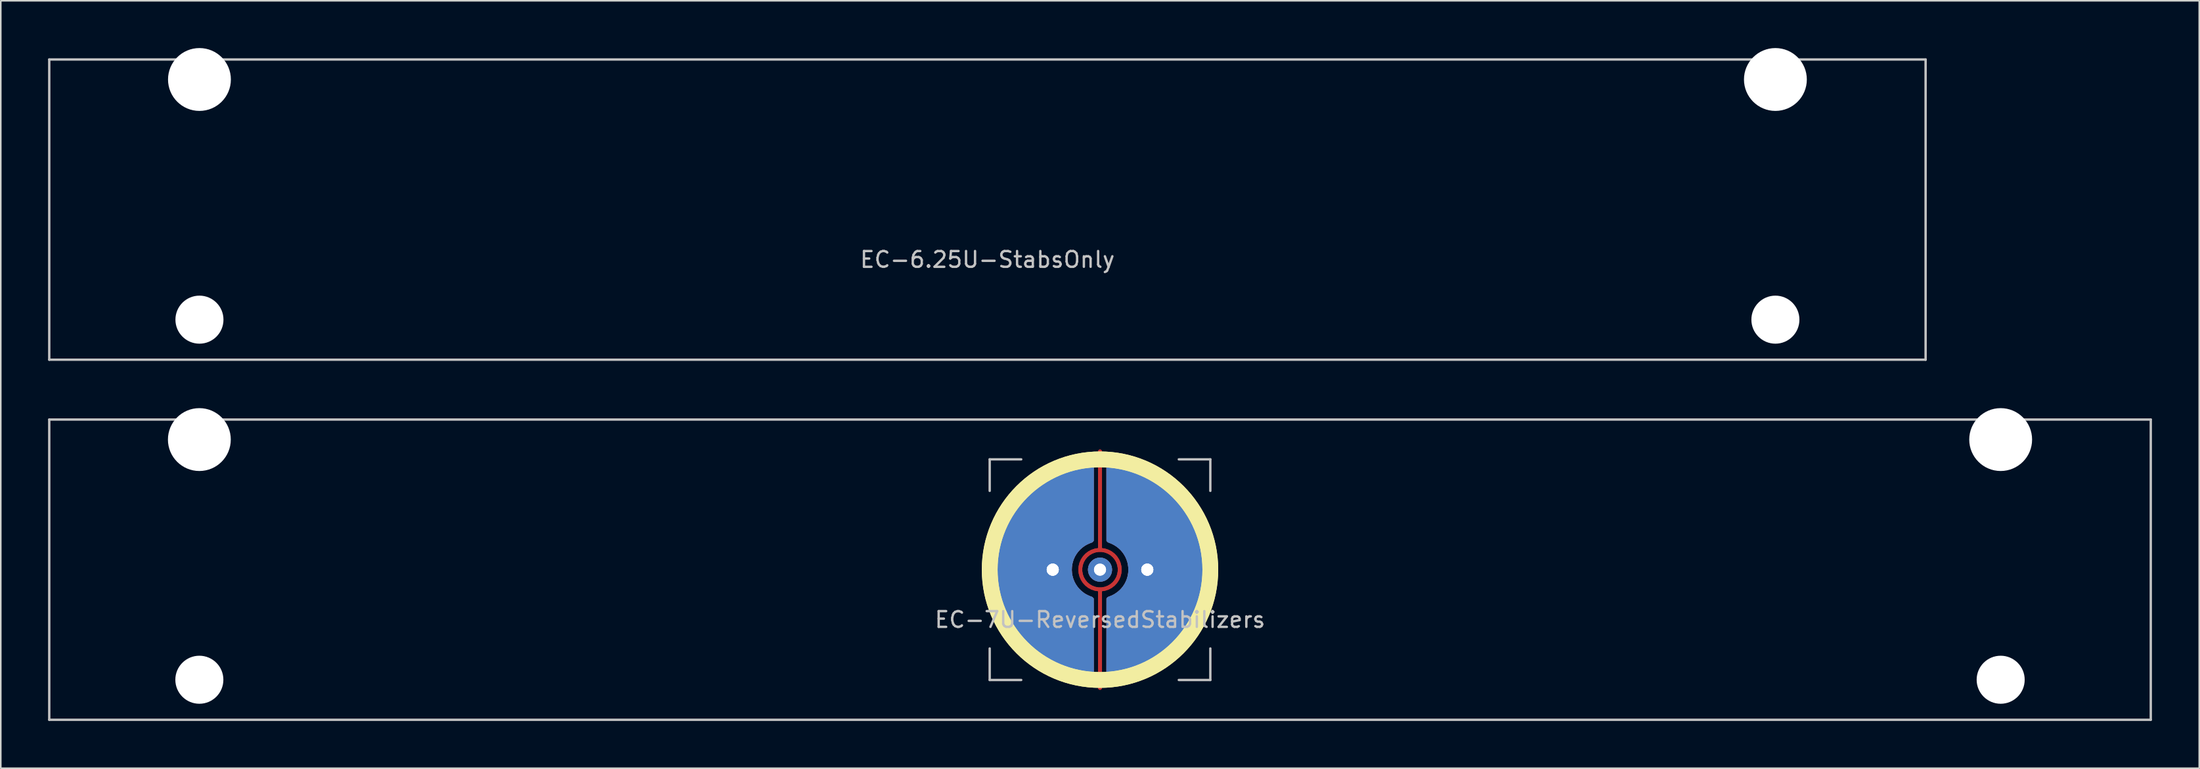
<source format=kicad_pcb>
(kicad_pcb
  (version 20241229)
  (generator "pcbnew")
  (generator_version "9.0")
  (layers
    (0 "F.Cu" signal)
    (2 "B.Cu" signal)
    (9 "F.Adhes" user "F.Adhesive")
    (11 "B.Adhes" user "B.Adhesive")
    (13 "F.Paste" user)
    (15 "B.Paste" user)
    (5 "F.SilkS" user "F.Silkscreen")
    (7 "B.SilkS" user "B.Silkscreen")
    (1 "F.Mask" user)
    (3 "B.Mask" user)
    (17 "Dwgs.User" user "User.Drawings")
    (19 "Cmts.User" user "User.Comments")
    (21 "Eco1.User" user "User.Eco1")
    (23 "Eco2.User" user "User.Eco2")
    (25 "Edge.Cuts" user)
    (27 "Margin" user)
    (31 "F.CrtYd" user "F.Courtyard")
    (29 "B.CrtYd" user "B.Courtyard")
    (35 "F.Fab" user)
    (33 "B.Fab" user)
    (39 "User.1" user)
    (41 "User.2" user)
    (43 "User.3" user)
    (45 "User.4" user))
  (footprint "EC-6.25U-StabsOnly"
    (layer "F.Cu")
    (at 59.606 10.249)
    (property "Reference" "EC-6.25U-StabsOnly" (at 0 3.175 0) (layer "Dwgs.User") (effects (font (size 1 1) (thickness 0.15))))
    (attr through_hole)
    (fp_line (start -59.531 -9.525) (end 59.531 -9.525) (stroke (width 0.15) (type solid)) (layer "Dwgs.User"))
    (fp_line (start -59.531 9.525) (end -59.531 -9.525) (stroke (width 0.15) (type solid)) (layer "Dwgs.User"))
    (fp_line (start -59.531 9.525) (end 59.531 9.525) (stroke (width 0.15) (type solid)) (layer "Dwgs.User"))
    (fp_line (start 59.531 -9.525) (end 59.531 9.525) (stroke (width 0.15) (type solid)) (layer "Dwgs.User"))
    (pad "" np_thru_hole circle (at -50 -8.255) (size 3.988 3.988) (drill 3.988) (layers "*.Cu" "*.Mask"))
    (pad "" np_thru_hole circle (at -50 6.985) (size 3.048 3.048) (drill 3.048) (layers "*.Cu" "*.Mask"))
    (pad "" np_thru_hole circle (at 50 -8.255) (size 3.988 3.988) (drill 3.988) (layers "*.Cu" "*.Mask"))
    (pad "" np_thru_hole circle (at 50 6.985) (size 3.048 3.048) (drill 3.048) (layers "*.Cu" "*.Mask")))
  (footprint "EC-7U-ReversedStabilizers"
    (layer "F.Cu")
    (at 66.75 33.098)
    (property "Reference" "EC-7U-ReversedStabilizers" (at 0 3.175 0) (layer "Dwgs.User") (effects (font (size 1 1) (thickness 0.15))))
    (attr through_hole)
    (fp_circle (center 0 0) (end 7 0) (stroke (width 1) (type solid)) (fill no) (layer "F.SilkS"))
    (fp_circle (center 0 0) (end 7 0) (stroke (width 1) (type solid)) (fill no) (layer "F.SilkS"))
    (fp_line (start -66.675 -9.525) (end 66.675 -9.525) (stroke (width 0.15) (type solid)) (layer "Dwgs.User"))
    (fp_line (start -66.675 9.525) (end -66.675 -9.525) (stroke (width 0.15) (type solid)) (layer "Dwgs.User"))
    (fp_line (start -66.675 9.525) (end 66.675 9.525) (stroke (width 0.15) (type solid)) (layer "Dwgs.User"))
    (fp_line (start -7 -7) (end -7 -5) (stroke (width 0.15) (type solid)) (layer "Dwgs.User"))
    (fp_line (start -7 5) (end -7 7) (stroke (width 0.15) (type solid)) (layer "Dwgs.User"))
    (fp_line (start -7 7) (end -5 7) (stroke (width 0.15) (type solid)) (layer "Dwgs.User"))
    (fp_line (start -5 -7) (end -7 -7) (stroke (width 0.15) (type solid)) (layer "Dwgs.User"))
    (fp_line (start 5 -7) (end 7 -7) (stroke (width 0.15) (type solid)) (layer "Dwgs.User"))
    (fp_line (start 5 7) (end 7 7) (stroke (width 0.15) (type solid)) (layer "Dwgs.User"))
    (fp_line (start 7 -7) (end 7 -5) (stroke (width 0.15) (type solid)) (layer "Dwgs.User"))
    (fp_line (start 7 7) (end 7 5) (stroke (width 0.15) (type solid)) (layer "Dwgs.User"))
    (fp_line (start 66.675 -9.525) (end 66.675 9.525) (stroke (width 0.15) (type solid)) (layer "Dwgs.User"))
    (pad "" np_thru_hole circle (at -57.15 -8.255) (size 3.988 3.988) (drill 3.988) (layers "*.Cu" "*.Mask"))
    (pad "" np_thru_hole circle (at -57.15 6.985) (size 3.048 3.048) (drill 3.048) (layers "*.Cu" "*.Mask"))
    (pad "" thru_hole circle (at 0 0) (size 1.524 1.524) (drill 0.762) (layers "*.Cu" "B.Mask"))
    (pad "" thru_hole circle (at 0 0) (size 1.524 1.524) (drill 0.762) (layers "*.Cu" "B.Mask"))
    (pad "" np_thru_hole circle (at 57.15 -8.255) (size 3.988 3.988) (drill 3.988) (layers "*.Cu" "*.Mask"))
    (pad "" np_thru_hole circle (at 57.15 6.985) (size 3.048 3.048) (drill 3.048) (layers "*.Cu" "*.Mask"))
    (pad "1" thru_hole circle (at 3 0) (size 1.524 1.524) (drill 0.762) (layers "*.Cu" "B.Mask"))
    (pad "1" thru_hole circle (at 3 0) (size 1.524 1.524) (drill 0.762) (layers "*.Cu" "B.Mask"))
    (pad "1" thru_hole custom (at 3 0) (size 1.524 1.524) (drill 0.762) (layers "F.Cu") (options (anchor circle)) (primitives (gr_poly (pts (xy -2.587 4.333) (xy -2.585 1.835) (xy -2.556 1.797) (xy -2.526 1.764) (xy -2.49 1.738) (xy -2.444 1.716) (xy -2.4 1.7) (xy -2.266 1.648) (xy -2.131 1.58) (xy -1.997 1.497) (xy -1.869 1.404) (xy -1.751 1.301) (xy -1.651 1.198) (xy -1.534 1.052) (xy -1.434 0.898) (xy -1.352 0.736) (xy -1.287 0.569) (xy -1.24 0.398) (xy -1.21 0.224) (xy -1.197 0.049) (xy -1.201 -0.127) (xy -1.221 -0.302) (xy -1.259 -0.474) (xy -1.314 -0.642) (xy -1.385 -0.805) (xy -1.473 -0.962) (xy -1.577 -1.11) (xy -1.698 -1.25) (xy -1.797 -1.344) (xy -1.891 -1.422) (xy -1.997 -1.497) (xy -2.11 -1.566) (xy -2.224 -1.627) (xy -2.334 -1.676) (xy -2.4 -1.7) (xy -2.458 -1.722) (xy -2.501 -1.745) (xy -2.535 -1.772) (xy -2.556 -1.797) (xy -2.585 -1.835) (xy -2.587 -4.33) (xy -2.588 -4.594) (xy -2.588 -4.839) (xy -2.588 -5.065) (xy -2.588 -5.273) (xy -2.588 -5.465) (xy -2.588 -5.64) (xy -2.588 -5.799) (xy -2.588 -5.944) (xy -2.588 -6.074) (xy -2.588 -6.191) (xy -2.588 -6.296) (xy -2.588 -6.389) (xy -2.587 -6.47) (xy -2.587 -6.542) (xy -2.586 -6.603) (xy -2.585 -6.656) (xy -2.585 -6.701) (xy -2.584 -6.738) (xy -2.583 -6.769) (xy -2.582 -6.794) (xy -2.58 -6.813) (xy -2.579 -6.829) (xy -2.578 -6.84) (xy -2.576 -6.849) (xy -2.574 -6.855) (xy -2.572 -6.86) (xy -2.57 -6.864) (xy -2.534 -6.915) (xy -2.487 -6.95) (xy -2.428 -6.969) (xy -2.357 -6.971) (xy -2.347 -6.97) (xy -1.986 -6.926) (xy -1.637 -6.866) (xy -1.295 -6.789) (xy -0.96 -6.696) (xy -0.627 -6.586) (xy -0.295 -6.458) (xy -0.258 -6.442) (xy -0.185 -6.411) (xy -0.1 -6.371) (xy -0.004 -6.326) (xy 0.096 -6.277) (xy 0.197 -6.226) (xy 0.296 -6.175) (xy 0.387 -6.127) (xy 0.468 -6.083) (xy 0.518 -6.054) (xy 0.841 -5.853) (xy 1.151 -5.638) (xy 1.447 -5.409) (xy 1.728 -5.165) (xy 1.996 -4.907) (xy 2.249 -4.636) (xy 2.487 -4.351) (xy 2.711 -4.053) (xy 2.919 -3.741) (xy 3.112 -3.417) (xy 3.146 -3.356) (xy 3.314 -3.029) (xy 3.464 -2.693) (xy 3.597 -2.35) (xy 3.711 -1.999) (xy 3.807 -1.643) (xy 3.884 -1.283) (xy 3.942 -0.919) (xy 3.981 -0.552) (xy 4.001 -0.183) (xy 4.001 0.186) (xy 3.995 0.345) (xy 3.967 0.716) (xy 3.919 1.083) (xy 3.852 1.445) (xy 3.767 1.801) (xy 3.664 2.152) (xy 3.542 2.496) (xy 3.404 2.832) (xy 3.248 3.161) (xy 3.075 3.481) (xy 2.887 3.791) (xy 2.682 4.092) (xy 2.462 4.382) (xy 2.226 4.66) (xy 1.976 4.927) (xy 1.711 5.18) (xy 1.432 5.421) (xy 1.14 5.647) (xy 0.905 5.812) (xy 0.589 6.012) (xy 0.264 6.194) (xy -0.07 6.358) (xy -0.412 6.505) (xy -0.762 6.633) (xy -1.119 6.743) (xy -1.483 6.834) (xy -1.844 6.904) (xy -1.929 6.918) (xy -2.017 6.931) (xy -2.105 6.943) (xy -2.188 6.953) (xy -2.263 6.961) (xy -2.327 6.967) (xy -2.374 6.969) (xy -2.376 6.969) (xy -2.418 6.969) (xy -2.446 6.967) (xy -2.468 6.96) (xy -2.489 6.948) (xy -2.501 6.94) (xy -2.532 6.914) (xy -2.559 6.883) (xy -2.567 6.87) (xy -2.589 6.83) (xy -2.587 4.333)) (width 0.01) (fill yes))))
    (pad "1" thru_hole custom (at 3 0) (size 1.524 1.524) (drill 0.762) (layers "F.Cu") (options (anchor circle)) (primitives (gr_poly (pts (xy -2.587 4.333) (xy -2.585 1.835) (xy -2.556 1.797) (xy -2.526 1.764) (xy -2.49 1.738) (xy -2.444 1.716) (xy -2.4 1.7) (xy -2.266 1.648) (xy -2.131 1.58) (xy -1.997 1.497) (xy -1.869 1.404) (xy -1.751 1.301) (xy -1.651 1.198) (xy -1.534 1.052) (xy -1.434 0.898) (xy -1.352 0.736) (xy -1.287 0.569) (xy -1.24 0.398) (xy -1.21 0.224) (xy -1.197 0.049) (xy -1.201 -0.127) (xy -1.221 -0.302) (xy -1.259 -0.474) (xy -1.314 -0.642) (xy -1.385 -0.805) (xy -1.473 -0.962) (xy -1.577 -1.11) (xy -1.698 -1.25) (xy -1.797 -1.344) (xy -1.891 -1.422) (xy -1.997 -1.497) (xy -2.11 -1.566) (xy -2.224 -1.627) (xy -2.334 -1.676) (xy -2.4 -1.7) (xy -2.458 -1.722) (xy -2.501 -1.745) (xy -2.535 -1.772) (xy -2.556 -1.797) (xy -2.585 -1.835) (xy -2.587 -4.33) (xy -2.588 -4.594) (xy -2.588 -4.839) (xy -2.588 -5.065) (xy -2.588 -5.273) (xy -2.588 -5.465) (xy -2.588 -5.64) (xy -2.588 -5.799) (xy -2.588 -5.944) (xy -2.588 -6.074) (xy -2.588 -6.191) (xy -2.588 -6.296) (xy -2.588 -6.389) (xy -2.587 -6.47) (xy -2.587 -6.542) (xy -2.586 -6.603) (xy -2.585 -6.656) (xy -2.585 -6.701) (xy -2.584 -6.738) (xy -2.583 -6.769) (xy -2.582 -6.794) (xy -2.58 -6.813) (xy -2.579 -6.829) (xy -2.578 -6.84) (xy -2.576 -6.849) (xy -2.574 -6.855) (xy -2.572 -6.86) (xy -2.57 -6.864) (xy -2.534 -6.915) (xy -2.487 -6.95) (xy -2.428 -6.969) (xy -2.357 -6.971) (xy -2.347 -6.97) (xy -1.986 -6.926) (xy -1.637 -6.866) (xy -1.295 -6.789) (xy -0.96 -6.696) (xy -0.627 -6.586) (xy -0.295 -6.458) (xy -0.258 -6.442) (xy -0.185 -6.411) (xy -0.1 -6.371) (xy -0.004 -6.326) (xy 0.096 -6.277) (xy 0.197 -6.226) (xy 0.296 -6.175) (xy 0.387 -6.127) (xy 0.468 -6.083) (xy 0.518 -6.054) (xy 0.841 -5.853) (xy 1.151 -5.638) (xy 1.447 -5.409) (xy 1.728 -5.165) (xy 1.996 -4.907) (xy 2.249 -4.636) (xy 2.487 -4.351) (xy 2.711 -4.053) (xy 2.919 -3.741) (xy 3.112 -3.417) (xy 3.146 -3.356) (xy 3.314 -3.029) (xy 3.464 -2.693) (xy 3.597 -2.35) (xy 3.711 -1.999) (xy 3.807 -1.643) (xy 3.884 -1.283) (xy 3.942 -0.919) (xy 3.981 -0.552) (xy 4.001 -0.183) (xy 4.001 0.186) (xy 3.995 0.345) (xy 3.967 0.716) (xy 3.919 1.083) (xy 3.852 1.445) (xy 3.767 1.801) (xy 3.664 2.152) (xy 3.542 2.496) (xy 3.404 2.832) (xy 3.248 3.161) (xy 3.075 3.481) (xy 2.887 3.791) (xy 2.682 4.092) (xy 2.462 4.382) (xy 2.226 4.66) (xy 1.976 4.927) (xy 1.711 5.18) (xy 1.432 5.421) (xy 1.14 5.647) (xy 0.905 5.812) (xy 0.589 6.012) (xy 0.264 6.194) (xy -0.07 6.358) (xy -0.412 6.505) (xy -0.762 6.633) (xy -1.119 6.743) (xy -1.483 6.834) (xy -1.844 6.904) (xy -1.929 6.918) (xy -2.017 6.931) (xy -2.105 6.943) (xy -2.188 6.953) (xy -2.263 6.961) (xy -2.327 6.967) (xy -2.374 6.969) (xy -2.376 6.969) (xy -2.418 6.969) (xy -2.446 6.967) (xy -2.468 6.96) (xy -2.489 6.948) (xy -2.501 6.94) (xy -2.532 6.914) (xy -2.559 6.883) (xy -2.567 6.87) (xy -2.589 6.83) (xy -2.587 4.333)) (width 0.01) (fill yes))))
    (pad "2" thru_hole circle (at -3 0) (size 1.524 1.524) (drill 0.762) (layers "*.Cu" "B.Mask"))
    (pad "2" thru_hole circle (at -3 0) (size 1.524 1.524) (drill 0.762) (layers "*.Cu" "B.Mask"))
    (pad "2" thru_hole custom (at -3 0) (size 1.524 1.524) (drill 0.762) (layers "F.Cu") (options (anchor circle)) (primitives (gr_poly (pts (xy -3.986 -0.298) (xy -3.96 -0.672) (xy -3.92 -1.01) (xy -3.857 -1.374) (xy -3.776 -1.733) (xy -3.675 -2.088) (xy -3.556 -2.436) (xy -3.419 -2.777) (xy -3.264 -3.11) (xy -3.092 -3.435) (xy -2.903 -3.751) (xy -2.697 -4.057) (xy -2.476 -4.352) (xy -2.238 -4.635) (xy -1.986 -4.906) (xy -1.892 -4.999) (xy -1.626 -5.247) (xy -1.352 -5.478) (xy -1.069 -5.692) (xy -0.774 -5.891) (xy -0.467 -6.076) (xy -0.145 -6.248) (xy -0.122 -6.259) (xy 0.185 -6.404) (xy 0.489 -6.531) (xy 0.796 -6.642) (xy 1.108 -6.737) (xy 1.43 -6.819) (xy 1.644 -6.865) (xy 1.737 -6.883) (xy 1.834 -6.9) (xy 1.931 -6.916) (xy 2.028 -6.93) (xy 2.12 -6.943) (xy 2.206 -6.954) (xy 2.283 -6.963) (xy 2.348 -6.969) (xy 2.399 -6.972) (xy 2.435 -6.971) (xy 2.441 -6.97) (xy 2.487 -6.954) (xy 2.531 -6.924) (xy 2.567 -6.886) (xy 2.579 -6.866) (xy 2.582 -6.861) (xy 2.584 -6.857) (xy 2.585 -6.851) (xy 2.587 -6.843) (xy 2.589 -6.832) (xy 2.59 -6.818) (xy 2.591 -6.8) (xy 2.593 -6.777) (xy 2.594 -6.748) (xy 2.594 -6.713) (xy 2.595 -6.67) (xy 2.596 -6.62) (xy 2.597 -6.561) (xy 2.597 -6.493) (xy 2.598 -6.415) (xy 2.598 -6.325) (xy 2.598 -6.225) (xy 2.598 -6.111) (xy 2.598 -5.985) (xy 2.598 -5.845) (xy 2.598 -5.69) (xy 2.598 -5.52) (xy 2.598 -5.334) (xy 2.598 -5.131) (xy 2.598 -4.911) (xy 2.598 -4.672) (xy 2.597 -4.414) (xy 2.597 -4.33) (xy 2.595 -1.835) (xy 2.566 -1.797) (xy 2.536 -1.764) (xy 2.5 -1.738) (xy 2.454 -1.716) (xy 2.41 -1.7) (xy 2.348 -1.677) (xy 2.276 -1.646) (xy 2.199 -1.609) (xy 2.125 -1.57) (xy 2.058 -1.532) (xy 2.032 -1.516) (xy 1.878 -1.405) (xy 1.739 -1.281) (xy 1.615 -1.145) (xy 1.507 -0.999) (xy 1.414 -0.844) (xy 1.338 -0.681) (xy 1.278 -0.511) (xy 1.236 -0.336) (xy 1.212 -0.157) (xy 1.205 0.025) (xy 1.217 0.208) (xy 1.249 0.391) (xy 1.299 0.574) (xy 1.368 0.749) (xy 1.454 0.914) (xy 1.557 1.069) (xy 1.675 1.214) (xy 1.809 1.346) (xy 1.956 1.464) (xy 2.032 1.516) (xy 2.094 1.553) (xy 2.166 1.592) (xy 2.242 1.63) (xy 2.317 1.664) (xy 2.384 1.691) (xy 2.41 1.7) (xy 2.468 1.722) (xy 2.511 1.745) (xy 2.545 1.772) (xy 2.566 1.797) (xy 2.595 1.835) (xy 2.597 4.333) (xy 2.599 6.83) (xy 2.577 6.87) (xy 2.555 6.9) (xy 2.524 6.93) (xy 2.511 6.94) (xy 2.488 6.955) (xy 2.467 6.964) (xy 2.443 6.968) (xy 2.409 6.969) (xy 2.386 6.969) (xy 2.339 6.967) (xy 2.277 6.961) (xy 2.202 6.953) (xy 2.119 6.943) (xy 2.031 6.932) (xy 1.943 6.919) (xy 1.858 6.905) (xy 1.854 6.904) (xy 1.483 6.832) (xy 1.119 6.74) (xy 0.762 6.63) (xy 0.412 6.501) (xy 0.07 6.354) (xy -0.266 6.187) (xy -0.595 6.002) (xy -0.718 5.927) (xy -1.021 5.726) (xy -1.313 5.509) (xy -1.594 5.275) (xy -1.864 5.027) (xy -2.12 4.765) (xy -2.362 4.49) (xy -2.59 4.204) (xy -2.802 3.906) (xy -2.998 3.597) (xy -3.178 3.28) (xy -3.335 2.963) (xy -3.485 2.616) (xy -3.616 2.264) (xy -3.727 1.908) (xy -3.819 1.547) (xy -3.892 1.183) (xy -3.945 0.816) (xy -3.979 0.446) (xy -3.992 0.075) (xy -3.986 -0.298)) (width 0.01) (fill yes))))
    (pad "2" thru_hole custom (at -3 0) (size 1.524 1.524) (drill 0.762) (layers "F.Cu") (options (anchor circle)) (primitives (gr_poly (pts (xy -3.986 -0.298) (xy -3.96 -0.672) (xy -3.92 -1.01) (xy -3.857 -1.374) (xy -3.776 -1.733) (xy -3.675 -2.088) (xy -3.556 -2.436) (xy -3.419 -2.777) (xy -3.264 -3.11) (xy -3.092 -3.435) (xy -2.903 -3.751) (xy -2.697 -4.057) (xy -2.476 -4.352) (xy -2.238 -4.635) (xy -1.986 -4.906) (xy -1.892 -4.999) (xy -1.626 -5.247) (xy -1.352 -5.478) (xy -1.069 -5.692) (xy -0.774 -5.891) (xy -0.467 -6.076) (xy -0.145 -6.248) (xy -0.122 -6.259) (xy 0.185 -6.404) (xy 0.489 -6.531) (xy 0.796 -6.642) (xy 1.108 -6.737) (xy 1.43 -6.819) (xy 1.644 -6.865) (xy 1.737 -6.883) (xy 1.834 -6.9) (xy 1.931 -6.916) (xy 2.028 -6.93) (xy 2.12 -6.943) (xy 2.206 -6.954) (xy 2.283 -6.963) (xy 2.348 -6.969) (xy 2.399 -6.972) (xy 2.435 -6.971) (xy 2.441 -6.97) (xy 2.487 -6.954) (xy 2.531 -6.924) (xy 2.567 -6.886) (xy 2.579 -6.866) (xy 2.582 -6.861) (xy 2.584 -6.857) (xy 2.585 -6.851) (xy 2.587 -6.843) (xy 2.589 -6.832) (xy 2.59 -6.818) (xy 2.591 -6.8) (xy 2.593 -6.777) (xy 2.594 -6.748) (xy 2.594 -6.713) (xy 2.595 -6.67) (xy 2.596 -6.62) (xy 2.597 -6.561) (xy 2.597 -6.493) (xy 2.598 -6.415) (xy 2.598 -6.325) (xy 2.598 -6.225) (xy 2.598 -6.111) (xy 2.598 -5.985) (xy 2.598 -5.845) (xy 2.598 -5.69) (xy 2.598 -5.52) (xy 2.598 -5.334) (xy 2.598 -5.131) (xy 2.598 -4.911) (xy 2.598 -4.672) (xy 2.597 -4.414) (xy 2.597 -4.33) (xy 2.595 -1.835) (xy 2.566 -1.797) (xy 2.536 -1.764) (xy 2.5 -1.738) (xy 2.454 -1.716) (xy 2.41 -1.7) (xy 2.348 -1.677) (xy 2.276 -1.646) (xy 2.199 -1.609) (xy 2.125 -1.57) (xy 2.058 -1.532) (xy 2.032 -1.516) (xy 1.878 -1.405) (xy 1.739 -1.281) (xy 1.615 -1.145) (xy 1.507 -0.999) (xy 1.414 -0.844) (xy 1.338 -0.681) (xy 1.278 -0.511) (xy 1.236 -0.336) (xy 1.212 -0.157) (xy 1.205 0.025) (xy 1.217 0.208) (xy 1.249 0.391) (xy 1.299 0.574) (xy 1.368 0.749) (xy 1.454 0.914) (xy 1.557 1.069) (xy 1.675 1.214) (xy 1.809 1.346) (xy 1.956 1.464) (xy 2.032 1.516) (xy 2.094 1.553) (xy 2.166 1.592) (xy 2.242 1.63) (xy 2.317 1.664) (xy 2.384 1.691) (xy 2.41 1.7) (xy 2.468 1.722) (xy 2.511 1.745) (xy 2.545 1.772) (xy 2.566 1.797) (xy 2.595 1.835) (xy 2.597 4.333) (xy 2.599 6.83) (xy 2.577 6.87) (xy 2.555 6.9) (xy 2.524 6.93) (xy 2.511 6.94) (xy 2.488 6.955) (xy 2.467 6.964) (xy 2.443 6.968) (xy 2.409 6.969) (xy 2.386 6.969) (xy 2.339 6.967) (xy 2.277 6.961) (xy 2.202 6.953) (xy 2.119 6.943) (xy 2.031 6.932) (xy 1.943 6.919) (xy 1.858 6.905) (xy 1.854 6.904) (xy 1.483 6.832) (xy 1.119 6.74) (xy 0.762 6.63) (xy 0.412 6.501) (xy 0.07 6.354) (xy -0.266 6.187) (xy -0.595 6.002) (xy -0.718 5.927) (xy -1.021 5.726) (xy -1.313 5.509) (xy -1.594 5.275) (xy -1.864 5.027) (xy -2.12 4.765) (xy -2.362 4.49) (xy -2.59 4.204) (xy -2.802 3.906) (xy -2.998 3.597) (xy -3.178 3.28) (xy -3.335 2.963) (xy -3.485 2.616) (xy -3.616 2.264) (xy -3.727 1.908) (xy -3.819 1.547) (xy -3.892 1.183) (xy -3.945 0.816) (xy -3.979 0.446) (xy -3.992 0.075) (xy -3.986 -0.298)) (width 0.01) (fill yes))))
    (pad "3" smd custom (at 0 -7.5) (size 0.25 0.25) (layers "F.Cu") (options (anchor circle)) (primitives (gr_line (start 0 6.25) (end 0 0) (width 0.25)) (gr_arc (start -1.25 7.5) (mid 0 6.25) (end 1.25 7.5) (width 0.25))))
    (pad "3" smd custom (at 0 -7.5) (size 0.25 0.25) (layers "F.Cu") (options (anchor circle)) (primitives (gr_line (start 0 6.25) (end 0 0) (width 0.25)) (gr_arc (start -1.25 7.5) (mid 0 6.25) (end 1.25 7.5) (width 0.25))))
    (pad "3" smd custom (at 0 7.5 180) (size 0.25 0.25) (layers "F.Cu") (options (anchor circle)) (primitives (gr_line (start 0 6.25) (end 0 0) (width 0.25)) (gr_arc (start -1.25 7.5) (mid 0 6.25) (end 1.25 7.5) (width 0.25))))
    (pad "3" smd custom (at 0 7.5 180) (size 0.25 0.25) (layers "F.Cu") (options (anchor circle)) (primitives (gr_line (start 0 6.25) (end 0 0) (width 0.25)) (gr_arc (start -1.25 7.5) (mid 0 6.25) (end 1.25 7.5) (width 0.25)))))
  (gr_rect
    (start -3 -3)
    (end 136.5 45.698)
    (stroke (width 0.1) (type default))
    (fill no)
    (layer "Edge.Cuts")))
</source>
